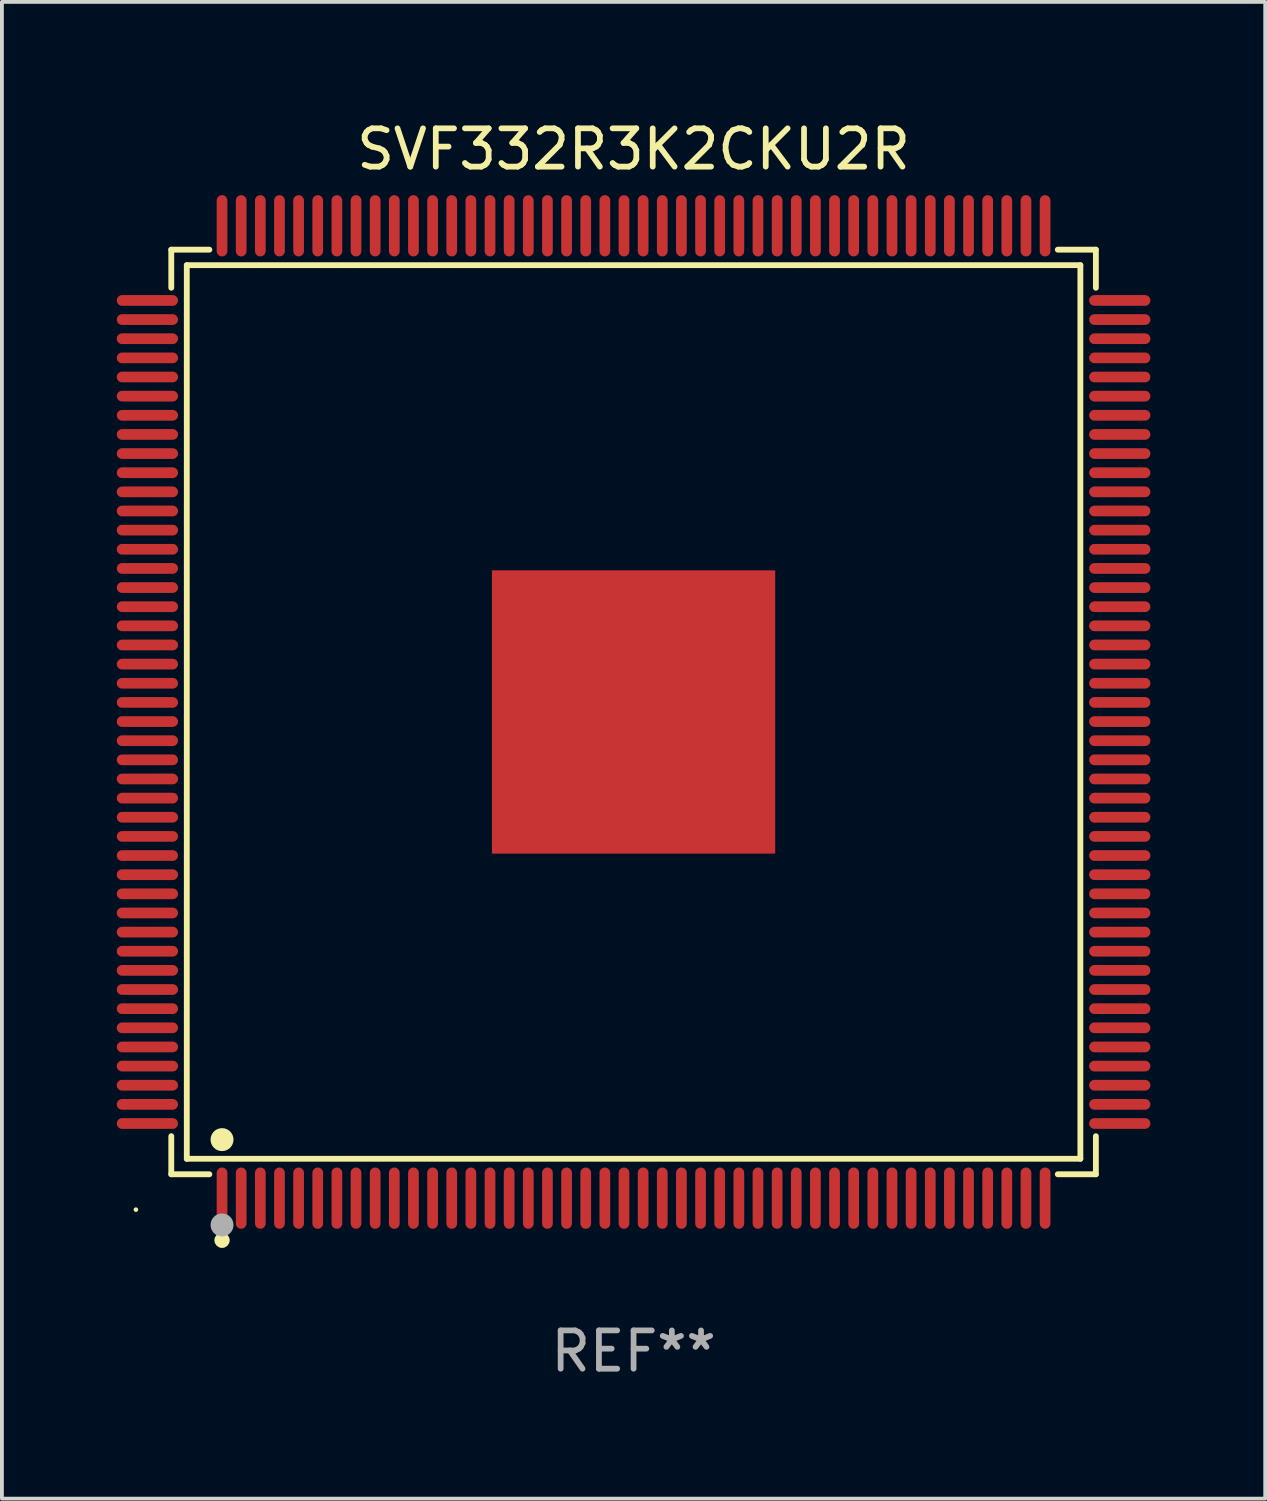
<source format=kicad_pcb>
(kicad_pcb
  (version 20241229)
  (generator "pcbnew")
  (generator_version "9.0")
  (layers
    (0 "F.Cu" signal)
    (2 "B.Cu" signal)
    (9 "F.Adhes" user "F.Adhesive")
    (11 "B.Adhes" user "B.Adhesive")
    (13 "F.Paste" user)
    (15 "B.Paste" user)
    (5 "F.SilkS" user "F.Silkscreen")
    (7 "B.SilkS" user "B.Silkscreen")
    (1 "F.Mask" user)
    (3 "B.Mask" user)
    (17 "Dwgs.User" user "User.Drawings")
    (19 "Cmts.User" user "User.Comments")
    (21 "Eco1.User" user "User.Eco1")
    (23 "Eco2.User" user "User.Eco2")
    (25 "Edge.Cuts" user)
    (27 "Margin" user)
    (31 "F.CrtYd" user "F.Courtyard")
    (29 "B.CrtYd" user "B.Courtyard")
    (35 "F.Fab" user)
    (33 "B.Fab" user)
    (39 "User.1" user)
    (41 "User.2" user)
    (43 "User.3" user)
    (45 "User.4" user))
  (footprint "SVF332R3K2CKU2R"
    (layer "F.Cu")
    (at 13.5 15.548)
    (property "Reference" "SVF332R3K2CKU2R" (at 0 -14.7 0) (layer "F.SilkS") (effects (font (size 1 1) (thickness 0.15))))
    (attr through_hole)
    (fp_line (start -12.076 -12.076) (end -11.081 -12.076) (stroke (width 0.152) (type solid)) (layer "F.SilkS"))
    (fp_line (start -12.076 -11.081) (end -12.076 -12.076) (stroke (width 0.152) (type solid)) (layer "F.SilkS"))
    (fp_line (start -12.076 11.081) (end -12.076 12.076) (stroke (width 0.152) (type solid)) (layer "F.SilkS"))
    (fp_line (start -12.076 12.076) (end -11.081 12.076) (stroke (width 0.152) (type solid)) (layer "F.SilkS"))
    (fp_line (start -11.671 -11.671) (end 11.671 -11.671) (stroke (width 0.152) (type solid)) (layer "F.SilkS"))
    (fp_line (start -11.671 11.671) (end -11.671 -11.671) (stroke (width 0.152) (type solid)) (layer "F.SilkS"))
    (fp_line (start 11.671 -11.671) (end 11.671 11.671) (stroke (width 0.152) (type solid)) (layer "F.SilkS"))
    (fp_line (start 11.671 11.671) (end -11.671 11.671) (stroke (width 0.152) (type solid)) (layer "F.SilkS"))
    (fp_line (start 12.076 -12.076) (end 11.081 -12.076) (stroke (width 0.152) (type solid)) (layer "F.SilkS"))
    (fp_line (start 12.076 -11.081) (end 12.076 -12.076) (stroke (width 0.152) (type solid)) (layer "F.SilkS"))
    (fp_line (start 12.076 11.081) (end 12.076 12.076) (stroke (width 0.152) (type solid)) (layer "F.SilkS"))
    (fp_line (start 12.076 12.076) (end 11.081 12.076) (stroke (width 0.152) (type solid)) (layer "F.SilkS"))
    (fp_circle (center -13 13) (end -12.97 13) (stroke (width 0.06) (type solid)) (fill no) (layer "F.SilkS"))
    (fp_circle (center -10.75 11.171) (end -10.6 11.171) (stroke (width 0.3) (type solid)) (fill no) (layer "F.SilkS"))
    (fp_circle (center -10.75 13.8) (end -10.65 13.8) (stroke (width 0.2) (type solid)) (fill no) (layer "F.SilkS"))
    (fp_circle (center -10.75 13.4) (end -10.6 13.4) (stroke (width 0.3) (type solid)) (fill no) (layer "F.Fab"))
    (fp_text user "REF**" (at 0 16.7 0) (layer "F.Fab") (effects (font (size 1 1) (thickness 0.15))))
    (pad "1" smd oval (at -10.75 12.7) (size 0.28 1.6) (layers "F.Cu" "F.Mask" "F.Paste"))
    (pad "2" smd oval (at -10.25 12.7) (size 0.28 1.6) (layers "F.Cu" "F.Mask" "F.Paste"))
    (pad "3" smd oval (at -9.75 12.7) (size 0.28 1.6) (layers "F.Cu" "F.Mask" "F.Paste"))
    (pad "4" smd oval (at -9.25 12.7) (size 0.28 1.6) (layers "F.Cu" "F.Mask" "F.Paste"))
    (pad "5" smd oval (at -8.75 12.7) (size 0.28 1.6) (layers "F.Cu" "F.Mask" "F.Paste"))
    (pad "6" smd oval (at -8.25 12.7) (size 0.28 1.6) (layers "F.Cu" "F.Mask" "F.Paste"))
    (pad "7" smd oval (at -7.75 12.7) (size 0.28 1.6) (layers "F.Cu" "F.Mask" "F.Paste"))
    (pad "8" smd oval (at -7.25 12.7) (size 0.28 1.6) (layers "F.Cu" "F.Mask" "F.Paste"))
    (pad "9" smd oval (at -6.75 12.7) (size 0.28 1.6) (layers "F.Cu" "F.Mask" "F.Paste"))
    (pad "10" smd oval (at -6.25 12.7) (size 0.28 1.6) (layers "F.Cu" "F.Mask" "F.Paste"))
    (pad "11" smd oval (at -5.75 12.7) (size 0.28 1.6) (layers "F.Cu" "F.Mask" "F.Paste"))
    (pad "12" smd oval (at -5.25 12.7) (size 0.28 1.6) (layers "F.Cu" "F.Mask" "F.Paste"))
    (pad "13" smd oval (at -4.75 12.7) (size 0.28 1.6) (layers "F.Cu" "F.Mask" "F.Paste"))
    (pad "14" smd oval (at -4.25 12.7) (size 0.28 1.6) (layers "F.Cu" "F.Mask" "F.Paste"))
    (pad "15" smd oval (at -3.75 12.7) (size 0.28 1.6) (layers "F.Cu" "F.Mask" "F.Paste"))
    (pad "16" smd oval (at -3.25 12.7) (size 0.28 1.6) (layers "F.Cu" "F.Mask" "F.Paste"))
    (pad "17" smd oval (at -2.75 12.7) (size 0.28 1.6) (layers "F.Cu" "F.Mask" "F.Paste"))
    (pad "18" smd oval (at -2.25 12.7) (size 0.28 1.6) (layers "F.Cu" "F.Mask" "F.Paste"))
    (pad "19" smd oval (at -1.75 12.7) (size 0.28 1.6) (layers "F.Cu" "F.Mask" "F.Paste"))
    (pad "20" smd oval (at -1.25 12.7) (size 0.28 1.6) (layers "F.Cu" "F.Mask" "F.Paste"))
    (pad "21" smd oval (at -0.75 12.7) (size 0.28 1.6) (layers "F.Cu" "F.Mask" "F.Paste"))
    (pad "22" smd oval (at -0.25 12.7) (size 0.28 1.6) (layers "F.Cu" "F.Mask" "F.Paste"))
    (pad "23" smd oval (at 0.25 12.7) (size 0.28 1.6) (layers "F.Cu" "F.Mask" "F.Paste"))
    (pad "24" smd oval (at 0.75 12.7) (size 0.28 1.6) (layers "F.Cu" "F.Mask" "F.Paste"))
    (pad "25" smd oval (at 1.25 12.7) (size 0.28 1.6) (layers "F.Cu" "F.Mask" "F.Paste"))
    (pad "26" smd oval (at 1.75 12.7) (size 0.28 1.6) (layers "F.Cu" "F.Mask" "F.Paste"))
    (pad "27" smd oval (at 2.25 12.7) (size 0.28 1.6) (layers "F.Cu" "F.Mask" "F.Paste"))
    (pad "28" smd oval (at 2.75 12.7) (size 0.28 1.6) (layers "F.Cu" "F.Mask" "F.Paste"))
    (pad "29" smd oval (at 3.25 12.7) (size 0.28 1.6) (layers "F.Cu" "F.Mask" "F.Paste"))
    (pad "30" smd oval (at 3.75 12.7) (size 0.28 1.6) (layers "F.Cu" "F.Mask" "F.Paste"))
    (pad "31" smd oval (at 4.25 12.7) (size 0.28 1.6) (layers "F.Cu" "F.Mask" "F.Paste"))
    (pad "32" smd oval (at 4.75 12.7) (size 0.28 1.6) (layers "F.Cu" "F.Mask" "F.Paste"))
    (pad "33" smd oval (at 5.25 12.7) (size 0.28 1.6) (layers "F.Cu" "F.Mask" "F.Paste"))
    (pad "34" smd oval (at 5.75 12.7) (size 0.28 1.6) (layers "F.Cu" "F.Mask" "F.Paste"))
    (pad "35" smd oval (at 6.25 12.7) (size 0.28 1.6) (layers "F.Cu" "F.Mask" "F.Paste"))
    (pad "36" smd oval (at 6.75 12.7) (size 0.28 1.6) (layers "F.Cu" "F.Mask" "F.Paste"))
    (pad "37" smd oval (at 7.25 12.7) (size 0.28 1.6) (layers "F.Cu" "F.Mask" "F.Paste"))
    (pad "38" smd oval (at 7.75 12.7) (size 0.28 1.6) (layers "F.Cu" "F.Mask" "F.Paste"))
    (pad "39" smd oval (at 8.25 12.7) (size 0.28 1.6) (layers "F.Cu" "F.Mask" "F.Paste"))
    (pad "40" smd oval (at 8.75 12.7) (size 0.28 1.6) (layers "F.Cu" "F.Mask" "F.Paste"))
    (pad "41" smd oval (at 9.25 12.7) (size 0.28 1.6) (layers "F.Cu" "F.Mask" "F.Paste"))
    (pad "42" smd oval (at 9.75 12.7) (size 0.28 1.6) (layers "F.Cu" "F.Mask" "F.Paste"))
    (pad "43" smd oval (at 10.25 12.7) (size 0.28 1.6) (layers "F.Cu" "F.Mask" "F.Paste"))
    (pad "44" smd oval (at 10.75 12.7) (size 0.28 1.6) (layers "F.Cu" "F.Mask" "F.Paste"))
    (pad "45" smd oval (at 12.7 10.75) (size 1.6 0.28) (layers "F.Cu" "F.Mask" "F.Paste"))
    (pad "46" smd oval (at 12.7 10.25) (size 1.6 0.28) (layers "F.Cu" "F.Mask" "F.Paste"))
    (pad "47" smd oval (at 12.7 9.75) (size 1.6 0.28) (layers "F.Cu" "F.Mask" "F.Paste"))
    (pad "48" smd oval (at 12.7 9.25) (size 1.6 0.28) (layers "F.Cu" "F.Mask" "F.Paste"))
    (pad "49" smd oval (at 12.7 8.75) (size 1.6 0.28) (layers "F.Cu" "F.Mask" "F.Paste"))
    (pad "50" smd oval (at 12.7 8.25) (size 1.6 0.28) (layers "F.Cu" "F.Mask" "F.Paste"))
    (pad "51" smd oval (at 12.7 7.75) (size 1.6 0.28) (layers "F.Cu" "F.Mask" "F.Paste"))
    (pad "52" smd oval (at 12.7 7.25) (size 1.6 0.28) (layers "F.Cu" "F.Mask" "F.Paste"))
    (pad "53" smd oval (at 12.7 6.75) (size 1.6 0.28) (layers "F.Cu" "F.Mask" "F.Paste"))
    (pad "54" smd oval (at 12.7 6.25) (size 1.6 0.28) (layers "F.Cu" "F.Mask" "F.Paste"))
    (pad "55" smd oval (at 12.7 5.75) (size 1.6 0.28) (layers "F.Cu" "F.Mask" "F.Paste"))
    (pad "56" smd oval (at 12.7 5.25) (size 1.6 0.28) (layers "F.Cu" "F.Mask" "F.Paste"))
    (pad "57" smd oval (at 12.7 4.75) (size 1.6 0.28) (layers "F.Cu" "F.Mask" "F.Paste"))
    (pad "58" smd oval (at 12.7 4.25) (size 1.6 0.28) (layers "F.Cu" "F.Mask" "F.Paste"))
    (pad "59" smd oval (at 12.7 3.75) (size 1.6 0.28) (layers "F.Cu" "F.Mask" "F.Paste"))
    (pad "60" smd oval (at 12.7 3.25) (size 1.6 0.28) (layers "F.Cu" "F.Mask" "F.Paste"))
    (pad "61" smd oval (at 12.7 2.75) (size 1.6 0.28) (layers "F.Cu" "F.Mask" "F.Paste"))
    (pad "62" smd oval (at 12.7 2.25) (size 1.6 0.28) (layers "F.Cu" "F.Mask" "F.Paste"))
    (pad "63" smd oval (at 12.7 1.75) (size 1.6 0.28) (layers "F.Cu" "F.Mask" "F.Paste"))
    (pad "64" smd oval (at 12.7 1.25) (size 1.6 0.28) (layers "F.Cu" "F.Mask" "F.Paste"))
    (pad "65" smd oval (at 12.7 0.75) (size 1.6 0.28) (layers "F.Cu" "F.Mask" "F.Paste"))
    (pad "66" smd oval (at 12.7 0.25) (size 1.6 0.28) (layers "F.Cu" "F.Mask" "F.Paste"))
    (pad "67" smd oval (at 12.7 -0.25) (size 1.6 0.28) (layers "F.Cu" "F.Mask" "F.Paste"))
    (pad "68" smd oval (at 12.7 -0.75) (size 1.6 0.28) (layers "F.Cu" "F.Mask" "F.Paste"))
    (pad "69" smd oval (at 12.7 -1.25) (size 1.6 0.28) (layers "F.Cu" "F.Mask" "F.Paste"))
    (pad "70" smd oval (at 12.7 -1.75) (size 1.6 0.28) (layers "F.Cu" "F.Mask" "F.Paste"))
    (pad "71" smd oval (at 12.7 -2.25) (size 1.6 0.28) (layers "F.Cu" "F.Mask" "F.Paste"))
    (pad "72" smd oval (at 12.7 -2.75) (size 1.6 0.28) (layers "F.Cu" "F.Mask" "F.Paste"))
    (pad "73" smd oval (at 12.7 -3.25) (size 1.6 0.28) (layers "F.Cu" "F.Mask" "F.Paste"))
    (pad "74" smd oval (at 12.7 -3.75) (size 1.6 0.28) (layers "F.Cu" "F.Mask" "F.Paste"))
    (pad "75" smd oval (at 12.7 -4.25) (size 1.6 0.28) (layers "F.Cu" "F.Mask" "F.Paste"))
    (pad "76" smd oval (at 12.7 -4.75) (size 1.6 0.28) (layers "F.Cu" "F.Mask" "F.Paste"))
    (pad "77" smd oval (at 12.7 -5.25) (size 1.6 0.28) (layers "F.Cu" "F.Mask" "F.Paste"))
    (pad "78" smd oval (at 12.7 -5.75) (size 1.6 0.28) (layers "F.Cu" "F.Mask" "F.Paste"))
    (pad "79" smd oval (at 12.7 -6.25) (size 1.6 0.28) (layers "F.Cu" "F.Mask" "F.Paste"))
    (pad "80" smd oval (at 12.7 -6.75) (size 1.6 0.28) (layers "F.Cu" "F.Mask" "F.Paste"))
    (pad "81" smd oval (at 12.7 -7.25) (size 1.6 0.28) (layers "F.Cu" "F.Mask" "F.Paste"))
    (pad "82" smd oval (at 12.7 -7.75) (size 1.6 0.28) (layers "F.Cu" "F.Mask" "F.Paste"))
    (pad "83" smd oval (at 12.7 -8.25) (size 1.6 0.28) (layers "F.Cu" "F.Mask" "F.Paste"))
    (pad "84" smd oval (at 12.7 -8.75) (size 1.6 0.28) (layers "F.Cu" "F.Mask" "F.Paste"))
    (pad "85" smd oval (at 12.7 -9.25) (size 1.6 0.28) (layers "F.Cu" "F.Mask" "F.Paste"))
    (pad "86" smd oval (at 12.7 -9.75) (size 1.6 0.28) (layers "F.Cu" "F.Mask" "F.Paste"))
    (pad "87" smd oval (at 12.7 -10.25) (size 1.6 0.28) (layers "F.Cu" "F.Mask" "F.Paste"))
    (pad "88" smd oval (at 12.7 -10.75) (size 1.6 0.28) (layers "F.Cu" "F.Mask" "F.Paste"))
    (pad "89" smd oval (at 10.75 -12.7) (size 0.28 1.6) (layers "F.Cu" "F.Mask" "F.Paste"))
    (pad "90" smd oval (at 10.25 -12.7) (size 0.28 1.6) (layers "F.Cu" "F.Mask" "F.Paste"))
    (pad "91" smd oval (at 9.75 -12.7) (size 0.28 1.6) (layers "F.Cu" "F.Mask" "F.Paste"))
    (pad "92" smd oval (at 9.25 -12.7) (size 0.28 1.6) (layers "F.Cu" "F.Mask" "F.Paste"))
    (pad "93" smd oval (at 8.75 -12.7) (size 0.28 1.6) (layers "F.Cu" "F.Mask" "F.Paste"))
    (pad "94" smd oval (at 8.25 -12.7) (size 0.28 1.6) (layers "F.Cu" "F.Mask" "F.Paste"))
    (pad "95" smd oval (at 7.75 -12.7) (size 0.28 1.6) (layers "F.Cu" "F.Mask" "F.Paste"))
    (pad "96" smd oval (at 7.25 -12.7) (size 0.28 1.6) (layers "F.Cu" "F.Mask" "F.Paste"))
    (pad "97" smd oval (at 6.75 -12.7) (size 0.28 1.6) (layers "F.Cu" "F.Mask" "F.Paste"))
    (pad "98" smd oval (at 6.25 -12.7) (size 0.28 1.6) (layers "F.Cu" "F.Mask" "F.Paste"))
    (pad "99" smd oval (at 5.75 -12.7) (size 0.28 1.6) (layers "F.Cu" "F.Mask" "F.Paste"))
    (pad "100" smd oval (at 5.25 -12.7) (size 0.28 1.6) (layers "F.Cu" "F.Mask" "F.Paste"))
    (pad "101" smd oval (at 4.75 -12.7) (size 0.28 1.6) (layers "F.Cu" "F.Mask" "F.Paste"))
    (pad "102" smd oval (at 4.25 -12.7) (size 0.28 1.6) (layers "F.Cu" "F.Mask" "F.Paste"))
    (pad "103" smd oval (at 3.75 -12.7) (size 0.28 1.6) (layers "F.Cu" "F.Mask" "F.Paste"))
    (pad "104" smd oval (at 3.25 -12.7) (size 0.28 1.6) (layers "F.Cu" "F.Mask" "F.Paste"))
    (pad "105" smd oval (at 2.75 -12.7) (size 0.28 1.6) (layers "F.Cu" "F.Mask" "F.Paste"))
    (pad "106" smd oval (at 2.25 -12.7) (size 0.28 1.6) (layers "F.Cu" "F.Mask" "F.Paste"))
    (pad "107" smd oval (at 1.75 -12.7) (size 0.28 1.6) (layers "F.Cu" "F.Mask" "F.Paste"))
    (pad "108" smd oval (at 1.25 -12.7) (size 0.28 1.6) (layers "F.Cu" "F.Mask" "F.Paste"))
    (pad "109" smd oval (at 0.75 -12.7) (size 0.28 1.6) (layers "F.Cu" "F.Mask" "F.Paste"))
    (pad "110" smd oval (at 0.25 -12.7) (size 0.28 1.6) (layers "F.Cu" "F.Mask" "F.Paste"))
    (pad "111" smd oval (at -0.25 -12.7) (size 0.28 1.6) (layers "F.Cu" "F.Mask" "F.Paste"))
    (pad "112" smd oval (at -0.75 -12.7) (size 0.28 1.6) (layers "F.Cu" "F.Mask" "F.Paste"))
    (pad "113" smd oval (at -1.25 -12.7) (size 0.28 1.6) (layers "F.Cu" "F.Mask" "F.Paste"))
    (pad "114" smd oval (at -1.75 -12.7) (size 0.28 1.6) (layers "F.Cu" "F.Mask" "F.Paste"))
    (pad "115" smd oval (at -2.25 -12.7) (size 0.28 1.6) (layers "F.Cu" "F.Mask" "F.Paste"))
    (pad "116" smd oval (at -2.75 -12.7) (size 0.28 1.6) (layers "F.Cu" "F.Mask" "F.Paste"))
    (pad "117" smd oval (at -3.25 -12.7) (size 0.28 1.6) (layers "F.Cu" "F.Mask" "F.Paste"))
    (pad "118" smd oval (at -3.75 -12.7) (size 0.28 1.6) (layers "F.Cu" "F.Mask" "F.Paste"))
    (pad "119" smd oval (at -4.25 -12.7) (size 0.28 1.6) (layers "F.Cu" "F.Mask" "F.Paste"))
    (pad "120" smd oval (at -4.75 -12.7) (size 0.28 1.6) (layers "F.Cu" "F.Mask" "F.Paste"))
    (pad "121" smd oval (at -5.25 -12.7) (size 0.28 1.6) (layers "F.Cu" "F.Mask" "F.Paste"))
    (pad "122" smd oval (at -5.75 -12.7) (size 0.28 1.6) (layers "F.Cu" "F.Mask" "F.Paste"))
    (pad "123" smd oval (at -6.25 -12.7) (size 0.28 1.6) (layers "F.Cu" "F.Mask" "F.Paste"))
    (pad "124" smd oval (at -6.75 -12.7) (size 0.28 1.6) (layers "F.Cu" "F.Mask" "F.Paste"))
    (pad "125" smd oval (at -7.25 -12.7) (size 0.28 1.6) (layers "F.Cu" "F.Mask" "F.Paste"))
    (pad "126" smd oval (at -7.75 -12.7) (size 0.28 1.6) (layers "F.Cu" "F.Mask" "F.Paste"))
    (pad "127" smd oval (at -8.25 -12.7) (size 0.28 1.6) (layers "F.Cu" "F.Mask" "F.Paste"))
    (pad "128" smd oval (at -8.75 -12.7) (size 0.28 1.6) (layers "F.Cu" "F.Mask" "F.Paste"))
    (pad "129" smd oval (at -9.25 -12.7) (size 0.28 1.6) (layers "F.Cu" "F.Mask" "F.Paste"))
    (pad "130" smd oval (at -9.75 -12.7) (size 0.28 1.6) (layers "F.Cu" "F.Mask" "F.Paste"))
    (pad "131" smd oval (at -10.25 -12.7) (size 0.28 1.6) (layers "F.Cu" "F.Mask" "F.Paste"))
    (pad "132" smd oval (at -10.75 -12.7) (size 0.28 1.6) (layers "F.Cu" "F.Mask" "F.Paste"))
    (pad "133" smd oval (at -12.7 -10.75) (size 1.6 0.28) (layers "F.Cu" "F.Mask" "F.Paste"))
    (pad "134" smd oval (at -12.7 -10.25) (size 1.6 0.28) (layers "F.Cu" "F.Mask" "F.Paste"))
    (pad "135" smd oval (at -12.7 -9.75) (size 1.6 0.28) (layers "F.Cu" "F.Mask" "F.Paste"))
    (pad "136" smd oval (at -12.7 -9.25) (size 1.6 0.28) (layers "F.Cu" "F.Mask" "F.Paste"))
    (pad "137" smd oval (at -12.7 -8.75) (size 1.6 0.28) (layers "F.Cu" "F.Mask" "F.Paste"))
    (pad "138" smd oval (at -12.7 -8.25) (size 1.6 0.28) (layers "F.Cu" "F.Mask" "F.Paste"))
    (pad "139" smd oval (at -12.7 -7.75) (size 1.6 0.28) (layers "F.Cu" "F.Mask" "F.Paste"))
    (pad "140" smd oval (at -12.7 -7.25) (size 1.6 0.28) (layers "F.Cu" "F.Mask" "F.Paste"))
    (pad "141" smd oval (at -12.7 -6.75) (size 1.6 0.28) (layers "F.Cu" "F.Mask" "F.Paste"))
    (pad "142" smd oval (at -12.7 -6.25) (size 1.6 0.28) (layers "F.Cu" "F.Mask" "F.Paste"))
    (pad "143" smd oval (at -12.7 -5.75) (size 1.6 0.28) (layers "F.Cu" "F.Mask" "F.Paste"))
    (pad "144" smd oval (at -12.7 -5.25) (size 1.6 0.28) (layers "F.Cu" "F.Mask" "F.Paste"))
    (pad "145" smd oval (at -12.7 -4.75) (size 1.6 0.28) (layers "F.Cu" "F.Mask" "F.Paste"))
    (pad "146" smd oval (at -12.7 -4.25) (size 1.6 0.28) (layers "F.Cu" "F.Mask" "F.Paste"))
    (pad "147" smd oval (at -12.7 -3.75) (size 1.6 0.28) (layers "F.Cu" "F.Mask" "F.Paste"))
    (pad "148" smd oval (at -12.7 -3.25) (size 1.6 0.28) (layers "F.Cu" "F.Mask" "F.Paste"))
    (pad "149" smd oval (at -12.7 -2.75) (size 1.6 0.28) (layers "F.Cu" "F.Mask" "F.Paste"))
    (pad "150" smd oval (at -12.7 -2.25) (size 1.6 0.28) (layers "F.Cu" "F.Mask" "F.Paste"))
    (pad "151" smd oval (at -12.7 -1.75) (size 1.6 0.28) (layers "F.Cu" "F.Mask" "F.Paste"))
    (pad "152" smd oval (at -12.7 -1.25) (size 1.6 0.28) (layers "F.Cu" "F.Mask" "F.Paste"))
    (pad "153" smd oval (at -12.7 -0.75) (size 1.6 0.28) (layers "F.Cu" "F.Mask" "F.Paste"))
    (pad "154" smd oval (at -12.7 -0.25) (size 1.6 0.28) (layers "F.Cu" "F.Mask" "F.Paste"))
    (pad "155" smd oval (at -12.7 0.25) (size 1.6 0.28) (layers "F.Cu" "F.Mask" "F.Paste"))
    (pad "156" smd oval (at -12.7 0.75) (size 1.6 0.28) (layers "F.Cu" "F.Mask" "F.Paste"))
    (pad "157" smd oval (at -12.7 1.25) (size 1.6 0.28) (layers "F.Cu" "F.Mask" "F.Paste"))
    (pad "158" smd oval (at -12.7 1.75) (size 1.6 0.28) (layers "F.Cu" "F.Mask" "F.Paste"))
    (pad "159" smd oval (at -12.7 2.25) (size 1.6 0.28) (layers "F.Cu" "F.Mask" "F.Paste"))
    (pad "160" smd oval (at -12.7 2.75) (size 1.6 0.28) (layers "F.Cu" "F.Mask" "F.Paste"))
    (pad "161" smd oval (at -12.7 3.25) (size 1.6 0.28) (layers "F.Cu" "F.Mask" "F.Paste"))
    (pad "162" smd oval (at -12.7 3.75) (size 1.6 0.28) (layers "F.Cu" "F.Mask" "F.Paste"))
    (pad "163" smd oval (at -12.7 4.25) (size 1.6 0.28) (layers "F.Cu" "F.Mask" "F.Paste"))
    (pad "164" smd oval (at -12.7 4.75) (size 1.6 0.28) (layers "F.Cu" "F.Mask" "F.Paste"))
    (pad "165" smd oval (at -12.7 5.25) (size 1.6 0.28) (layers "F.Cu" "F.Mask" "F.Paste"))
    (pad "166" smd oval (at -12.7 5.75) (size 1.6 0.28) (layers "F.Cu" "F.Mask" "F.Paste"))
    (pad "167" smd oval (at -12.7 6.25) (size 1.6 0.28) (layers "F.Cu" "F.Mask" "F.Paste"))
    (pad "168" smd oval (at -12.7 6.75) (size 1.6 0.28) (layers "F.Cu" "F.Mask" "F.Paste"))
    (pad "169" smd oval (at -12.7 7.25) (size 1.6 0.28) (layers "F.Cu" "F.Mask" "F.Paste"))
    (pad "170" smd oval (at -12.7 7.75) (size 1.6 0.28) (layers "F.Cu" "F.Mask" "F.Paste"))
    (pad "171" smd oval (at -12.7 8.25) (size 1.6 0.28) (layers "F.Cu" "F.Mask" "F.Paste"))
    (pad "172" smd oval (at -12.7 8.75) (size 1.6 0.28) (layers "F.Cu" "F.Mask" "F.Paste"))
    (pad "173" smd oval (at -12.7 9.25) (size 1.6 0.28) (layers "F.Cu" "F.Mask" "F.Paste"))
    (pad "174" smd oval (at -12.7 9.75) (size 1.6 0.28) (layers "F.Cu" "F.Mask" "F.Paste"))
    (pad "175" smd oval (at -12.7 10.25) (size 1.6 0.28) (layers "F.Cu" "F.Mask" "F.Paste"))
    (pad "176" smd oval (at -12.7 10.75) (size 1.6 0.28) (layers "F.Cu" "F.Mask" "F.Paste"))
    (pad "177" smd rect (at 0 0) (size 7.4 7.4) (layers "F.Cu" "F.Mask" "F.Paste")))
  (gr_rect
    (start -3 -3)
    (end 30 36.097)
    (stroke (width 0.1) (type default))
    (fill no)
    (layer "Edge.Cuts")))
</source>
